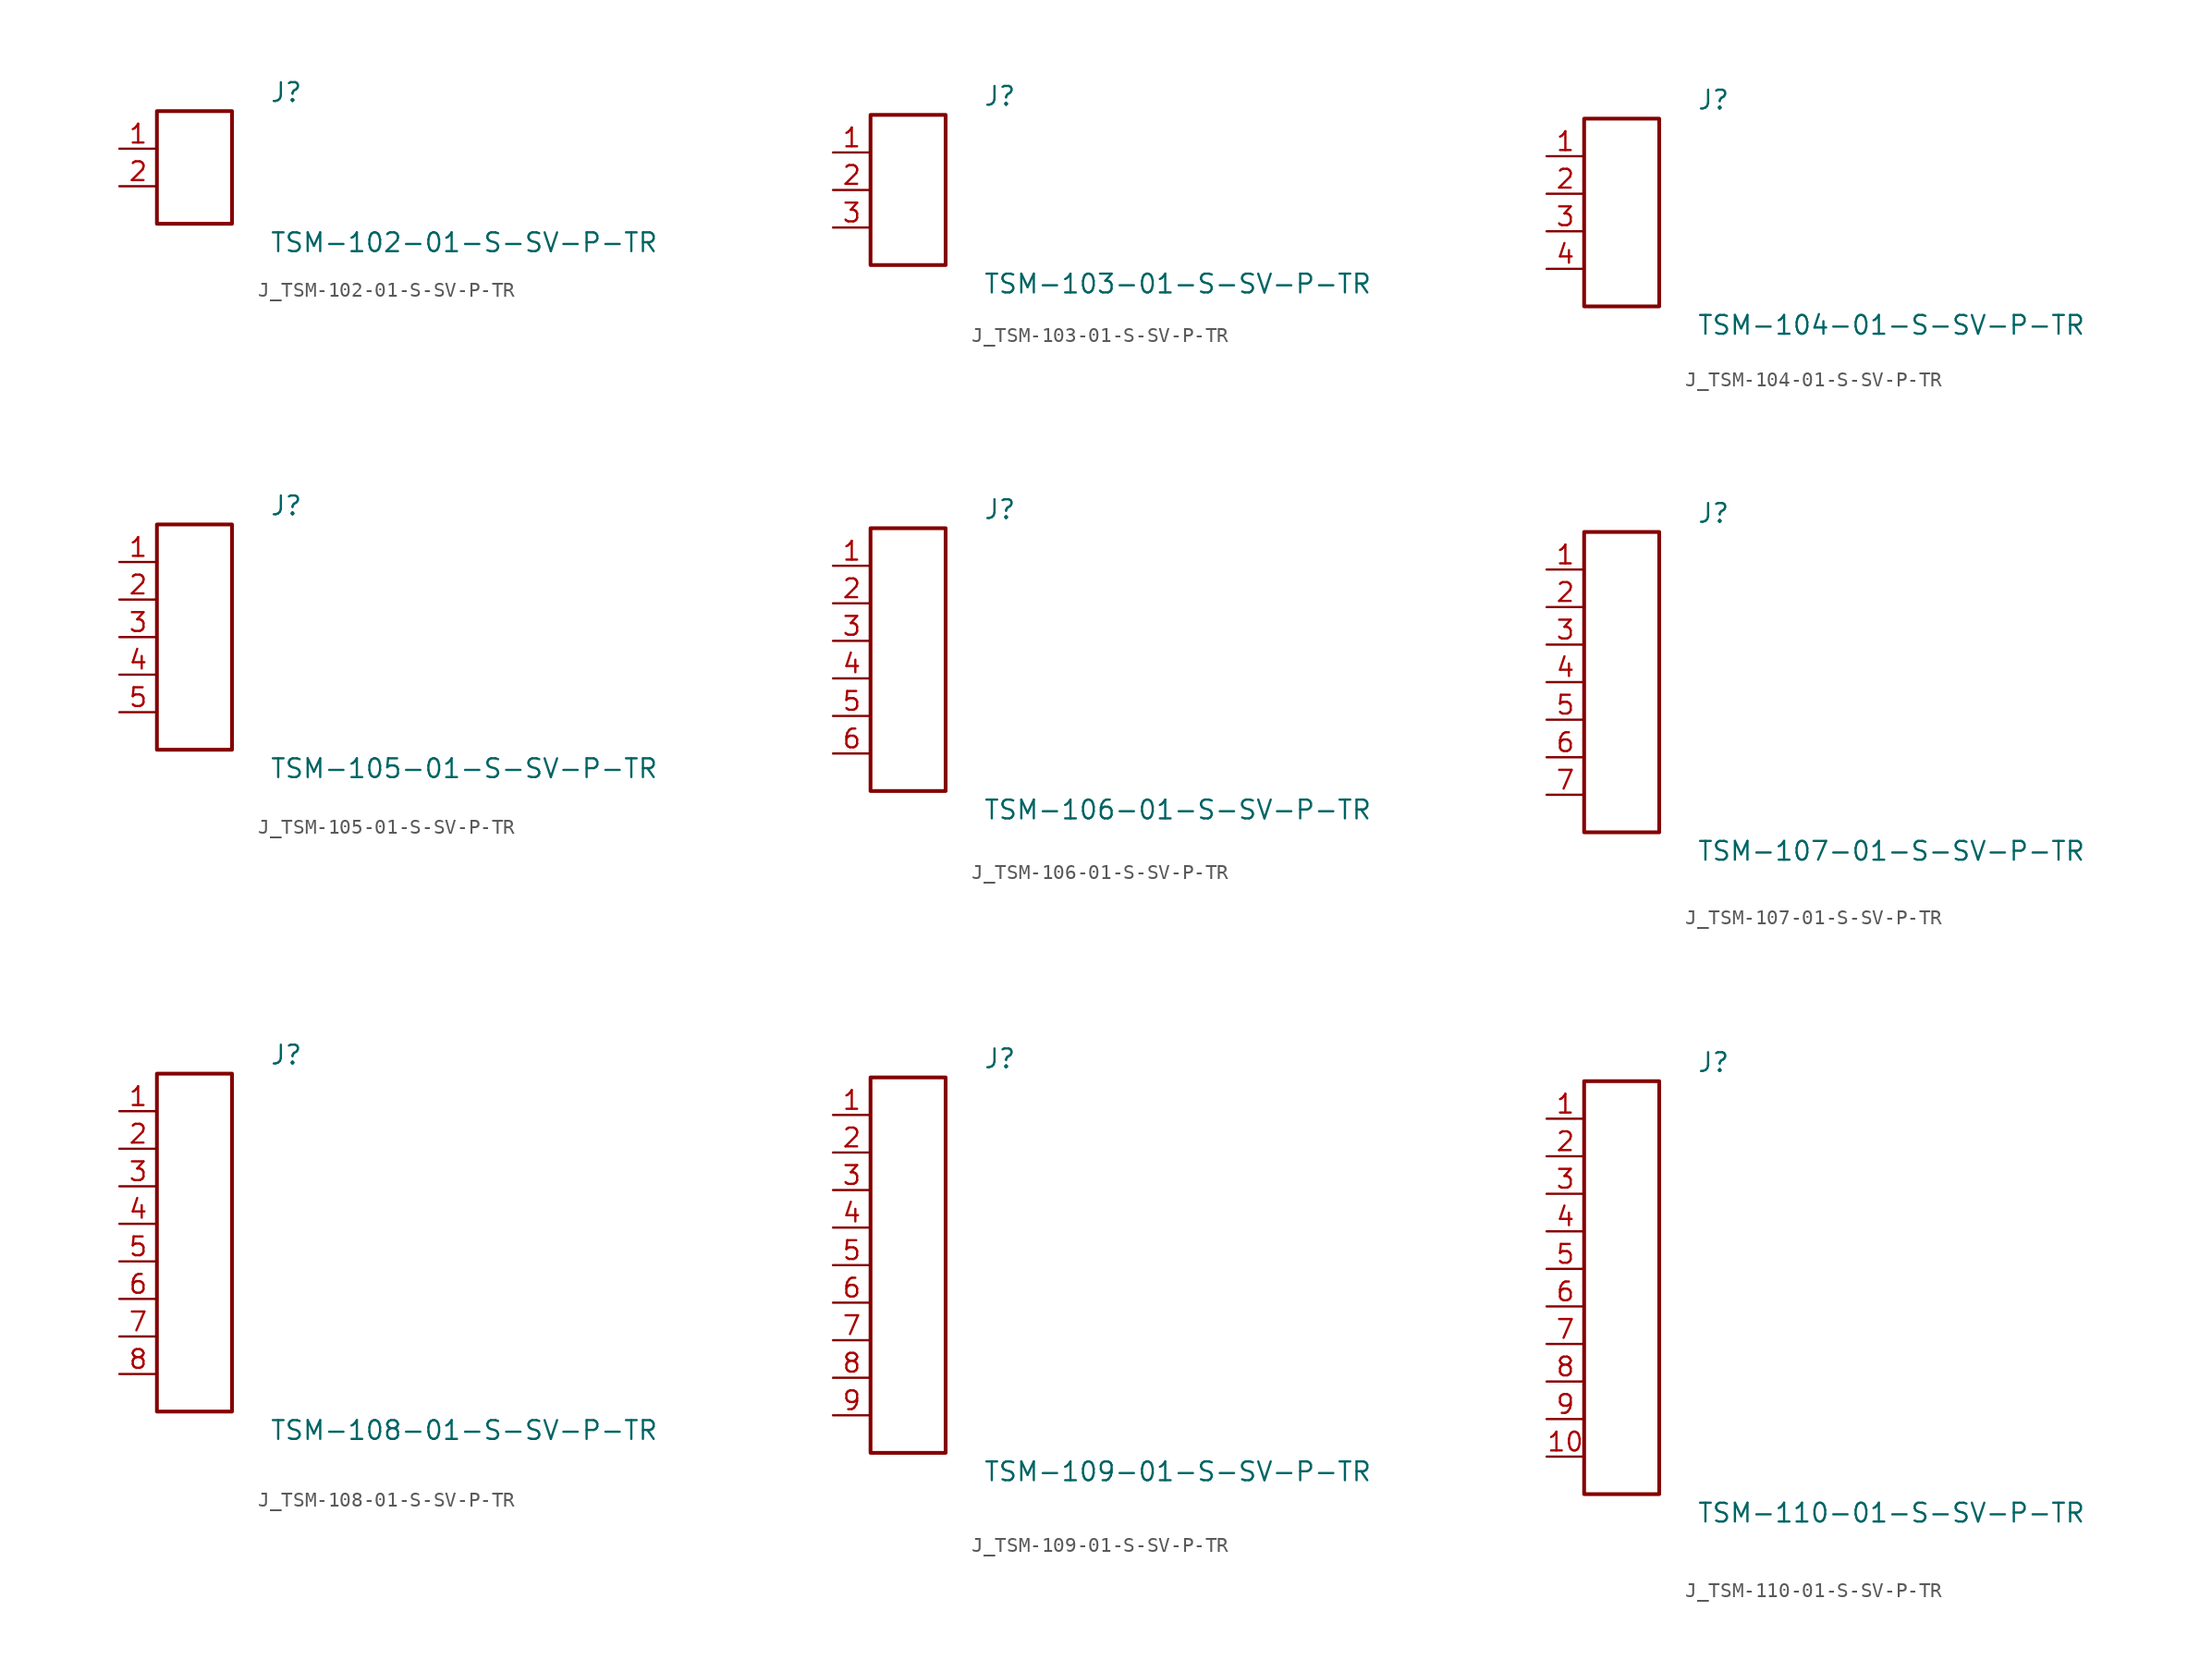
<source format=kicad_sym>
(kicad_symbol_lib
  (version 20231120)
  (generator kicad_symbol_editor)
  (generator_version 8.0)
  (symbol "J_TSM-102-01-S-SV-P-TR"
    (pin_names
      (offset 0.254))
    (property "Reference" "J"
      (at 5.08 5.08 0)
      (effects (font (size 1.27 1.27)) (justify left)))
    (property "Value" "TSM-102-01-S-SV-P-TR"
      (at 5.08 -5.08 0)
      (effects (font (size 1.27 1.27)) (justify left)))
    (symbol "J_TSM-102-01-S-SV-P-TR_0_0"
      (pin unspecified line (at -5.08 1.27 0) (length 2.54) (name "" (effects (font (size 1.27 1.27)))) (number "1" (effects (font (size 1.27 1.27)))))
      (pin unspecified line (at -5.08 -1.27 0) (length 2.54) (name "" (effects (font (size 1.27 1.27)))) (number "2" (effects (font (size 1.27 1.27))))))
    (symbol "J_TSM-102-01-S-SV-P-TR_1_0"
      (rectangle (start -2.54 3.81) (end 2.54 -3.81) (stroke (width 0.254) (type solid)) (fill (type none)))))
  (symbol "J_TSM-103-01-S-SV-P-TR"
    (pin_names
      (offset 0.254))
    (property "Reference" "J"
      (at 5.08 6.35 0)
      (effects (font (size 1.27 1.27)) (justify left)))
    (property "Value" "TSM-103-01-S-SV-P-TR"
      (at 5.08 -6.35 0)
      (effects (font (size 1.27 1.27)) (justify left)))
    (symbol "J_TSM-103-01-S-SV-P-TR_0_0"
      (pin unspecified line (at -5.08 2.54 0) (length 2.54) (name "" (effects (font (size 1.27 1.27)))) (number "1" (effects (font (size 1.27 1.27)))))
      (pin unspecified line (at -5.08 0.0 0) (length 2.54) (name "" (effects (font (size 1.27 1.27)))) (number "2" (effects (font (size 1.27 1.27)))))
      (pin unspecified line (at -5.08 -2.54 0) (length 2.54) (name "" (effects (font (size 1.27 1.27)))) (number "3" (effects (font (size 1.27 1.27))))))
    (symbol "J_TSM-103-01-S-SV-P-TR_1_0"
      (rectangle (start -2.54 5.08) (end 2.54 -5.08) (stroke (width 0.254) (type solid)) (fill (type none)))))
  (symbol "J_TSM-104-01-S-SV-P-TR"
    (pin_names
      (offset 0.254))
    (property "Reference" "J"
      (at 5.08 7.62 0)
      (effects (font (size 1.27 1.27)) (justify left)))
    (property "Value" "TSM-104-01-S-SV-P-TR"
      (at 5.08 -7.62 0)
      (effects (font (size 1.27 1.27)) (justify left)))
    (symbol "J_TSM-104-01-S-SV-P-TR_0_0"
      (pin unspecified line (at -5.08 3.81 0) (length 2.54) (name "" (effects (font (size 1.27 1.27)))) (number "1" (effects (font (size 1.27 1.27)))))
      (pin unspecified line (at -5.08 1.27 0) (length 2.54) (name "" (effects (font (size 1.27 1.27)))) (number "2" (effects (font (size 1.27 1.27)))))
      (pin unspecified line (at -5.08 -1.27 0) (length 2.54) (name "" (effects (font (size 1.27 1.27)))) (number "3" (effects (font (size 1.27 1.27)))))
      (pin unspecified line (at -5.08 -3.81 0) (length 2.54) (name "" (effects (font (size 1.27 1.27)))) (number "4" (effects (font (size 1.27 1.27))))))
    (symbol "J_TSM-104-01-S-SV-P-TR_1_0"
      (rectangle (start -2.54 6.35) (end 2.54 -6.35) (stroke (width 0.254) (type solid)) (fill (type none)))))
  (symbol "J_TSM-105-01-S-SV-P-TR"
    (pin_names
      (offset 0.254))
    (property "Reference" "J"
      (at 5.08 8.89 0)
      (effects (font (size 1.27 1.27)) (justify left)))
    (property "Value" "TSM-105-01-S-SV-P-TR"
      (at 5.08 -8.89 0)
      (effects (font (size 1.27 1.27)) (justify left)))
    (symbol "J_TSM-105-01-S-SV-P-TR_0_0"
      (pin unspecified line (at -5.08 5.08 0) (length 2.54) (name "" (effects (font (size 1.27 1.27)))) (number "1" (effects (font (size 1.27 1.27)))))
      (pin unspecified line (at -5.08 2.54 0) (length 2.54) (name "" (effects (font (size 1.27 1.27)))) (number "2" (effects (font (size 1.27 1.27)))))
      (pin unspecified line (at -5.08 0.0 0) (length 2.54) (name "" (effects (font (size 1.27 1.27)))) (number "3" (effects (font (size 1.27 1.27)))))
      (pin unspecified line (at -5.08 -2.54 0) (length 2.54) (name "" (effects (font (size 1.27 1.27)))) (number "4" (effects (font (size 1.27 1.27)))))
      (pin unspecified line (at -5.08 -5.08 0) (length 2.54) (name "" (effects (font (size 1.27 1.27)))) (number "5" (effects (font (size 1.27 1.27))))))
    (symbol "J_TSM-105-01-S-SV-P-TR_1_0"
      (rectangle (start -2.54 7.62) (end 2.54 -7.62) (stroke (width 0.254) (type solid)) (fill (type none)))))
  (symbol "J_TSM-106-01-S-SV-P-TR"
    (pin_names
      (offset 0.254))
    (property "Reference" "J"
      (at 5.08 10.16 0)
      (effects (font (size 1.27 1.27)) (justify left)))
    (property "Value" "TSM-106-01-S-SV-P-TR"
      (at 5.08 -10.16 0)
      (effects (font (size 1.27 1.27)) (justify left)))
    (symbol "J_TSM-106-01-S-SV-P-TR_0_0"
      (pin unspecified line (at -5.08 6.35 0) (length 2.54) (name "" (effects (font (size 1.27 1.27)))) (number "1" (effects (font (size 1.27 1.27)))))
      (pin unspecified line (at -5.08 3.81 0) (length 2.54) (name "" (effects (font (size 1.27 1.27)))) (number "2" (effects (font (size 1.27 1.27)))))
      (pin unspecified line (at -5.08 1.27 0) (length 2.54) (name "" (effects (font (size 1.27 1.27)))) (number "3" (effects (font (size 1.27 1.27)))))
      (pin unspecified line (at -5.08 -1.27 0) (length 2.54) (name "" (effects (font (size 1.27 1.27)))) (number "4" (effects (font (size 1.27 1.27)))))
      (pin unspecified line (at -5.08 -3.81 0) (length 2.54) (name "" (effects (font (size 1.27 1.27)))) (number "5" (effects (font (size 1.27 1.27)))))
      (pin unspecified line (at -5.08 -6.35 0) (length 2.54) (name "" (effects (font (size 1.27 1.27)))) (number "6" (effects (font (size 1.27 1.27))))))
    (symbol "J_TSM-106-01-S-SV-P-TR_1_0"
      (rectangle (start -2.54 8.89) (end 2.54 -8.89) (stroke (width 0.254) (type solid)) (fill (type none)))))
  (symbol "J_TSM-107-01-S-SV-P-TR"
    (pin_names
      (offset 0.254))
    (property "Reference" "J"
      (at 5.08 11.43 0)
      (effects (font (size 1.27 1.27)) (justify left)))
    (property "Value" "TSM-107-01-S-SV-P-TR"
      (at 5.08 -11.43 0)
      (effects (font (size 1.27 1.27)) (justify left)))
    (symbol "J_TSM-107-01-S-SV-P-TR_0_0"
      (pin unspecified line (at -5.08 7.62 0) (length 2.54) (name "" (effects (font (size 1.27 1.27)))) (number "1" (effects (font (size 1.27 1.27)))))
      (pin unspecified line (at -5.08 5.08 0) (length 2.54) (name "" (effects (font (size 1.27 1.27)))) (number "2" (effects (font (size 1.27 1.27)))))
      (pin unspecified line (at -5.08 2.54 0) (length 2.54) (name "" (effects (font (size 1.27 1.27)))) (number "3" (effects (font (size 1.27 1.27)))))
      (pin unspecified line (at -5.08 0.0 0) (length 2.54) (name "" (effects (font (size 1.27 1.27)))) (number "4" (effects (font (size 1.27 1.27)))))
      (pin unspecified line (at -5.08 -2.54 0) (length 2.54) (name "" (effects (font (size 1.27 1.27)))) (number "5" (effects (font (size 1.27 1.27)))))
      (pin unspecified line (at -5.08 -5.08 0) (length 2.54) (name "" (effects (font (size 1.27 1.27)))) (number "6" (effects (font (size 1.27 1.27)))))
      (pin unspecified line (at -5.08 -7.62 0) (length 2.54) (name "" (effects (font (size 1.27 1.27)))) (number "7" (effects (font (size 1.27 1.27))))))
    (symbol "J_TSM-107-01-S-SV-P-TR_1_0"
      (rectangle (start -2.54 10.16) (end 2.54 -10.16) (stroke (width 0.254) (type solid)) (fill (type none)))))
  (symbol "J_TSM-108-01-S-SV-P-TR"
    (pin_names
      (offset 0.254))
    (property "Reference" "J"
      (at 5.08 12.7 0)
      (effects (font (size 1.27 1.27)) (justify left)))
    (property "Value" "TSM-108-01-S-SV-P-TR"
      (at 5.08 -12.7 0)
      (effects (font (size 1.27 1.27)) (justify left)))
    (symbol "J_TSM-108-01-S-SV-P-TR_0_0"
      (pin unspecified line (at -5.08 8.89 0) (length 2.54) (name "" (effects (font (size 1.27 1.27)))) (number "1" (effects (font (size 1.27 1.27)))))
      (pin unspecified line (at -5.08 6.35 0) (length 2.54) (name "" (effects (font (size 1.27 1.27)))) (number "2" (effects (font (size 1.27 1.27)))))
      (pin unspecified line (at -5.08 3.81 0) (length 2.54) (name "" (effects (font (size 1.27 1.27)))) (number "3" (effects (font (size 1.27 1.27)))))
      (pin unspecified line (at -5.08 1.27 0) (length 2.54) (name "" (effects (font (size 1.27 1.27)))) (number "4" (effects (font (size 1.27 1.27)))))
      (pin unspecified line (at -5.08 -1.27 0) (length 2.54) (name "" (effects (font (size 1.27 1.27)))) (number "5" (effects (font (size 1.27 1.27)))))
      (pin unspecified line (at -5.08 -3.81 0) (length 2.54) (name "" (effects (font (size 1.27 1.27)))) (number "6" (effects (font (size 1.27 1.27)))))
      (pin unspecified line (at -5.08 -6.35 0) (length 2.54) (name "" (effects (font (size 1.27 1.27)))) (number "7" (effects (font (size 1.27 1.27)))))
      (pin unspecified line (at -5.08 -8.89 0) (length 2.54) (name "" (effects (font (size 1.27 1.27)))) (number "8" (effects (font (size 1.27 1.27))))))
    (symbol "J_TSM-108-01-S-SV-P-TR_1_0"
      (rectangle (start -2.54 11.43) (end 2.54 -11.43) (stroke (width 0.254) (type solid)) (fill (type none)))))
  (symbol "J_TSM-109-01-S-SV-P-TR"
    (pin_names
      (offset 0.254))
    (property "Reference" "J"
      (at 5.08 13.97 0)
      (effects (font (size 1.27 1.27)) (justify left)))
    (property "Value" "TSM-109-01-S-SV-P-TR"
      (at 5.08 -13.97 0)
      (effects (font (size 1.27 1.27)) (justify left)))
    (symbol "J_TSM-109-01-S-SV-P-TR_0_0"
      (pin unspecified line (at -5.08 10.16 0) (length 2.54) (name "" (effects (font (size 1.27 1.27)))) (number "1" (effects (font (size 1.27 1.27)))))
      (pin unspecified line (at -5.08 7.62 0) (length 2.54) (name "" (effects (font (size 1.27 1.27)))) (number "2" (effects (font (size 1.27 1.27)))))
      (pin unspecified line (at -5.08 5.08 0) (length 2.54) (name "" (effects (font (size 1.27 1.27)))) (number "3" (effects (font (size 1.27 1.27)))))
      (pin unspecified line (at -5.08 2.54 0) (length 2.54) (name "" (effects (font (size 1.27 1.27)))) (number "4" (effects (font (size 1.27 1.27)))))
      (pin unspecified line (at -5.08 0.0 0) (length 2.54) (name "" (effects (font (size 1.27 1.27)))) (number "5" (effects (font (size 1.27 1.27)))))
      (pin unspecified line (at -5.08 -2.54 0) (length 2.54) (name "" (effects (font (size 1.27 1.27)))) (number "6" (effects (font (size 1.27 1.27)))))
      (pin unspecified line (at -5.08 -5.08 0) (length 2.54) (name "" (effects (font (size 1.27 1.27)))) (number "7" (effects (font (size 1.27 1.27)))))
      (pin unspecified line (at -5.08 -7.62 0) (length 2.54) (name "" (effects (font (size 1.27 1.27)))) (number "8" (effects (font (size 1.27 1.27)))))
      (pin unspecified line (at -5.08 -10.16 0) (length 2.54) (name "" (effects (font (size 1.27 1.27)))) (number "9" (effects (font (size 1.27 1.27))))))
    (symbol "J_TSM-109-01-S-SV-P-TR_1_0"
      (rectangle (start -2.54 12.7) (end 2.54 -12.7) (stroke (width 0.254) (type solid)) (fill (type none)))))
  (symbol "J_TSM-110-01-S-SV-P-TR"
    (pin_names
      (offset 0.254))
    (property "Reference" "J"
      (at 5.08 15.24 0)
      (effects (font (size 1.27 1.27)) (justify left)))
    (property "Value" "TSM-110-01-S-SV-P-TR"
      (at 5.08 -15.24 0)
      (effects (font (size 1.27 1.27)) (justify left)))
    (symbol "J_TSM-110-01-S-SV-P-TR_0_0"
      (pin unspecified line (at -5.08 11.43 0) (length 2.54) (name "" (effects (font (size 1.27 1.27)))) (number "1" (effects (font (size 1.27 1.27)))))
      (pin unspecified line (at -5.08 8.89 0) (length 2.54) (name "" (effects (font (size 1.27 1.27)))) (number "2" (effects (font (size 1.27 1.27)))))
      (pin unspecified line (at -5.08 6.35 0) (length 2.54) (name "" (effects (font (size 1.27 1.27)))) (number "3" (effects (font (size 1.27 1.27)))))
      (pin unspecified line (at -5.08 3.81 0) (length 2.54) (name "" (effects (font (size 1.27 1.27)))) (number "4" (effects (font (size 1.27 1.27)))))
      (pin unspecified line (at -5.08 1.27 0) (length 2.54) (name "" (effects (font (size 1.27 1.27)))) (number "5" (effects (font (size 1.27 1.27)))))
      (pin unspecified line (at -5.08 -1.27 0) (length 2.54) (name "" (effects (font (size 1.27 1.27)))) (number "6" (effects (font (size 1.27 1.27)))))
      (pin unspecified line (at -5.08 -3.81 0) (length 2.54) (name "" (effects (font (size 1.27 1.27)))) (number "7" (effects (font (size 1.27 1.27)))))
      (pin unspecified line (at -5.08 -6.35 0) (length 2.54) (name "" (effects (font (size 1.27 1.27)))) (number "8" (effects (font (size 1.27 1.27)))))
      (pin unspecified line (at -5.08 -8.89 0) (length 2.54) (name "" (effects (font (size 1.27 1.27)))) (number "9" (effects (font (size 1.27 1.27)))))
      (pin unspecified line (at -5.08 -11.43 0) (length 2.54) (name "" (effects (font (size 1.27 1.27)))) (number "10" (effects (font (size 1.27 1.27))))))
    (symbol "J_TSM-110-01-S-SV-P-TR_1_0"
      (rectangle (start -2.54 13.97) (end 2.54 -13.97) (stroke (width 0.254) (type solid)) (fill (type none))))))
</source>
